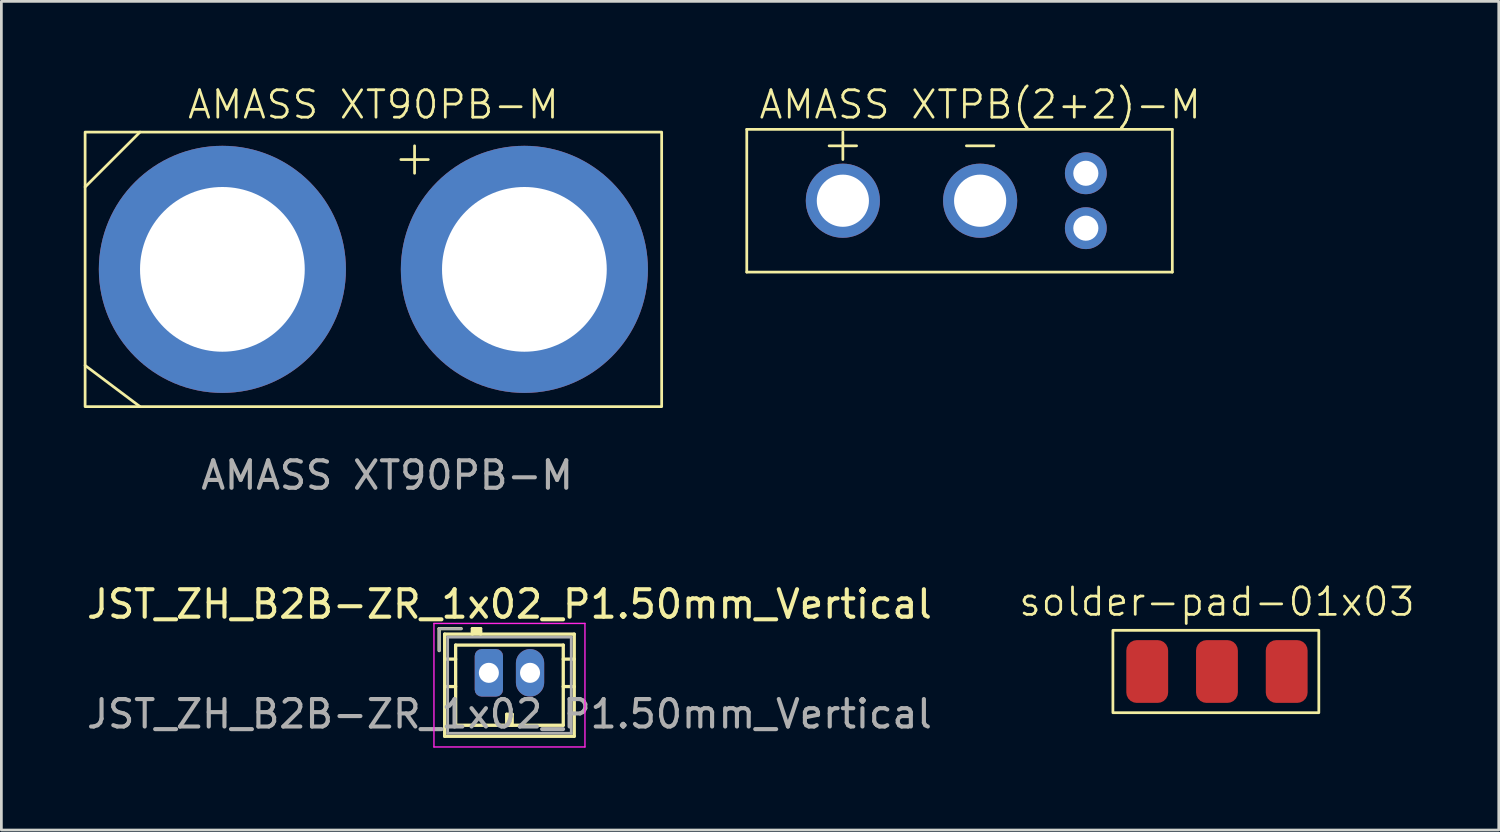
<source format=kicad_pcb>
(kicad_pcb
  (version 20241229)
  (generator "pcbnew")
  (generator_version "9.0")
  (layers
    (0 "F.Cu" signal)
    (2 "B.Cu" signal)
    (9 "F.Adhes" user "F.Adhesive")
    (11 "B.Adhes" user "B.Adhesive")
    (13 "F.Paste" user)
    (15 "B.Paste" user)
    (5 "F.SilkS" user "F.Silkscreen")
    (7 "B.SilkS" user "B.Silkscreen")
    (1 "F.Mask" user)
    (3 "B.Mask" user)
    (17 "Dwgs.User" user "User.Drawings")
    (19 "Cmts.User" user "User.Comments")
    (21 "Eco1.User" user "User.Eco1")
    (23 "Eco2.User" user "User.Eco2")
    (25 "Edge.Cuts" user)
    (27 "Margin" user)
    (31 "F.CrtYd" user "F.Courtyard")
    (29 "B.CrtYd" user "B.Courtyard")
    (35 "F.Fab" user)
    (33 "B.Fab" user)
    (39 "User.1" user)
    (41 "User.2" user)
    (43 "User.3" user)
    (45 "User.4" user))
  (footprint "JST_ZH_B2B-ZR_1x02_P1.50mm_Vertical"
    (layer "F.Cu")
    (at 14.756 21.457)
    (property "Reference" "JST_ZH_B2B-ZR_1x02_P1.50mm_Vertical" (at 0.75 -2.5 0) (layer "F.SilkS") (effects (font (size 1 1) (thickness 0.15))))
    (attr through_hole)
    (fp_line (start -1.81 -1.61) (end -1.81 -0.81) (stroke (width 0.12) (type solid)) (layer "F.SilkS"))
    (fp_line (start -1.61 -1.41) (end -1.61 2.31) (stroke (width 0.12) (type solid)) (layer "F.SilkS"))
    (fp_line (start -1.61 -0.5) (end -1.21 -0.5) (stroke (width 0.12) (type solid)) (layer "F.SilkS"))
    (fp_line (start -1.61 0.5) (end -1.21 0.5) (stroke (width 0.12) (type solid)) (layer "F.SilkS"))
    (fp_line (start -1.61 2.31) (end 3.11 2.31) (stroke (width 0.12) (type solid)) (layer "F.SilkS"))
    (fp_line (start -1.21 -1.01) (end -1.21 1.91) (stroke (width 0.12) (type solid)) (layer "F.SilkS"))
    (fp_line (start -1.21 1.91) (end 2.71 1.91) (stroke (width 0.12) (type solid)) (layer "F.SilkS"))
    (fp_line (start -1.01 -1.61) (end -1.81 -1.61) (stroke (width 0.12) (type solid)) (layer "F.SilkS"))
    (fp_line (start -0.6 -1.61) (end -0.6 -1.41) (stroke (width 0.12) (type solid)) (layer "F.SilkS"))
    (fp_line (start -0.3 -1.61) (end -0.6 -1.61) (stroke (width 0.12) (type solid)) (layer "F.SilkS"))
    (fp_line (start -0.3 -1.51) (end -0.6 -1.51) (stroke (width 0.12) (type solid)) (layer "F.SilkS"))
    (fp_line (start -0.3 -1.41) (end -0.3 -1.61) (stroke (width 0.12) (type solid)) (layer "F.SilkS"))
    (fp_line (start 0.65 1.51) (end 0.85 1.51) (stroke (width 0.12) (type solid)) (layer "F.SilkS"))
    (fp_line (start 0.65 1.91) (end 0.65 1.51) (stroke (width 0.12) (type solid)) (layer "F.SilkS"))
    (fp_line (start 0.75 1.91) (end 0.75 1.51) (stroke (width 0.12) (type solid)) (layer "F.SilkS"))
    (fp_line (start 0.85 1.51) (end 0.85 1.91) (stroke (width 0.12) (type solid)) (layer "F.SilkS"))
    (fp_line (start 2.71 -1.01) (end -1.21 -1.01) (stroke (width 0.12) (type solid)) (layer "F.SilkS"))
    (fp_line (start 2.71 1.91) (end 2.71 -1.01) (stroke (width 0.12) (type solid)) (layer "F.SilkS"))
    (fp_line (start 3.11 -1.41) (end -1.61 -1.41) (stroke (width 0.12) (type solid)) (layer "F.SilkS"))
    (fp_line (start 3.11 -0.5) (end 2.71 -0.5) (stroke (width 0.12) (type solid)) (layer "F.SilkS"))
    (fp_line (start 3.11 0.5) (end 2.71 0.5) (stroke (width 0.12) (type solid)) (layer "F.SilkS"))
    (fp_line (start 3.11 2.31) (end 3.11 -1.41) (stroke (width 0.12) (type solid)) (layer "F.SilkS"))
    (fp_line (start -2 -1.8) (end -2 2.7) (stroke (width 0.05) (type solid)) (layer "F.CrtYd"))
    (fp_line (start -2 2.7) (end 3.5 2.7) (stroke (width 0.05) (type solid)) (layer "F.CrtYd"))
    (fp_line (start 3.5 -1.8) (end -2 -1.8) (stroke (width 0.05) (type solid)) (layer "F.CrtYd"))
    (fp_line (start 3.5 2.7) (end 3.5 -1.8) (stroke (width 0.05) (type solid)) (layer "F.CrtYd"))
    (fp_line (start -1.81 -1.61) (end -1.81 -0.81) (stroke (width 0.1) (type solid)) (layer "F.Fab"))
    (fp_line (start -1.5 -1.3) (end -1.5 2.2) (stroke (width 0.1) (type solid)) (layer "F.Fab"))
    (fp_line (start -1.5 2.2) (end 3 2.2) (stroke (width 0.1) (type solid)) (layer "F.Fab"))
    (fp_line (start -1.01 -1.61) (end -1.81 -1.61) (stroke (width 0.1) (type solid)) (layer "F.Fab"))
    (fp_line (start 3 -1.3) (end -1.5 -1.3) (stroke (width 0.1) (type solid)) (layer "F.Fab"))
    (fp_line (start 3 2.2) (end 3 -1.3) (stroke (width 0.1) (type solid)) (layer "F.Fab"))
    (fp_text user "${REFERENCE}" (at 0.75 1.5 0) (layer "F.Fab") (effects (font (size 1 1) (thickness 0.15))))
    (pad "1" thru_hole roundrect (at 0 0) (size 1.03 1.73) (drill 0.73) (layers "*.Cu" "*.Mask") (roundrect_rratio 0.243))
    (pad "2" thru_hole oval (at 1.5 0) (size 1.03 1.73) (drill 0.73) (layers "*.Cu" "*.Mask")))
  (footprint "AMASS XT90PB-M"
    (layer "F.Cu")
    (at 5.05 6.761)
    (property "Reference" "AMASS XT90PB-M" (at 5.5 -6 0) (unlocked yes) (layer "F.SilkS") (effects (font (size 1 1) (thickness 0.1))))
    (attr smd)
    (fp_line (start -5 -3) (end -3 -5) (stroke (width 0.1) (type default)) (layer "F.SilkS"))
    (fp_line (start -5 3.5) (end -3 5) (stroke (width 0.1) (type default)) (layer "F.SilkS"))
    (fp_line (start 6.5 -4) (end 7.5 -4) (stroke (width 0.1) (type default)) (layer "F.SilkS"))
    (fp_line (start 7 -4.5) (end 7 -3.5) (stroke (width 0.1) (type default)) (layer "F.SilkS"))
    (fp_rect (start -5 -5) (end 16 5) (stroke (width 0.1) (type default)) (fill no) (layer "F.SilkS"))
    (fp_text user "${REFERENCE}" (at 6 7.5 0) (unlocked yes) (layer "F.Fab") (effects (font (size 1 1) (thickness 0.15))))
    (pad "1" thru_hole circle (at 0 0) (size 9 9) (drill 6) (layers "*.Cu" "*.Mask"))
    (pad "2" thru_hole circle (at 11 0) (size 9 9) (drill 6) (layers "*.Cu" "*.Mask")))
  (footprint "AMASS XTPB(2+2)-M"
    (layer "F.Cu")
    (at 27.65 4.261)
    (property "Reference" "AMASS XTPB(2+2)-M" (at 5 -3.5 0) (unlocked yes) (layer "F.SilkS") (effects (font (size 1 1) (thickness 0.1))))
    (attr smd)
    (fp_line (start -3.5 -2.6) (end -3.5 2.6) (stroke (width 0.1) (type default)) (layer "F.SilkS"))
    (fp_line (start -3.5 -2.6) (end 12 -2.6) (stroke (width 0.1) (type default)) (layer "F.SilkS"))
    (fp_line (start -3.5 2.6) (end 12 2.6) (stroke (width 0.1) (type default)) (layer "F.SilkS"))
    (fp_line (start -0.5 -2) (end 0.5 -2) (stroke (width 0.1) (type default)) (layer "F.SilkS"))
    (fp_line (start 0 -2.5) (end 0 -1.5) (stroke (width 0.1) (type default)) (layer "F.SilkS"))
    (fp_line (start 4.5 -2) (end 5.5 -2) (stroke (width 0.1) (type default)) (layer "F.SilkS"))
    (fp_line (start 12 -2.6) (end 12 2.6) (stroke (width 0.1) (type default)) (layer "F.SilkS"))
    (pad "1" thru_hole circle (at 8.85 -1) (size 1.524 1.524) (drill 0.914) (layers "*.Cu" "*.Mask"))
    (pad "2" thru_hole circle (at 8.85 1) (size 1.524 1.524) (drill 0.914) (layers "*.Cu" "*.Mask"))
    (pad "3" thru_hole circle (at 5 0) (size 2.7 2.7) (drill 1.9) (layers "*.Cu" "*.Mask"))
    (pad "4" thru_hole circle (at 0 0) (size 2.7 2.7) (drill 1.9) (layers "*.Cu" "*.Mask")))
  (footprint "solder-pad-01x03"
    (layer "F.Cu")
    (at 38.736 21.409)
    (property "Reference" "solder-pad-01x03" (at 2.54 -2.54 0) (unlocked yes) (layer "F.SilkS") (effects (font (size 1 1) (thickness 0.1))))
    (attr smd)
    (fp_rect (start -1.25 -1.5) (end 6.25 1.5) (stroke (width 0.1) (type default)) (fill no) (layer "F.SilkS"))
    (pad "1" smd roundrect (at 0 0 90) (size 2.286 1.524) (layers "F.Cu" "F.Mask" "F.Paste") (roundrect_rratio 0.25))
    (pad "2" smd roundrect (at 2.54 0 90) (size 2.286 1.524) (layers "F.Cu" "F.Mask" "F.Paste") (roundrect_rratio 0.25))
    (pad "3" smd roundrect (at 5.08 0 90) (size 2.286 1.524) (layers "F.Cu" "F.Mask" "F.Paste") (roundrect_rratio 0.25)))
  (gr_rect
    (start -3 -3)
    (end 51.54 27.182)
    (stroke (width 0.1) (type default))
    (fill no)
    (layer "Edge.Cuts")))
</source>
